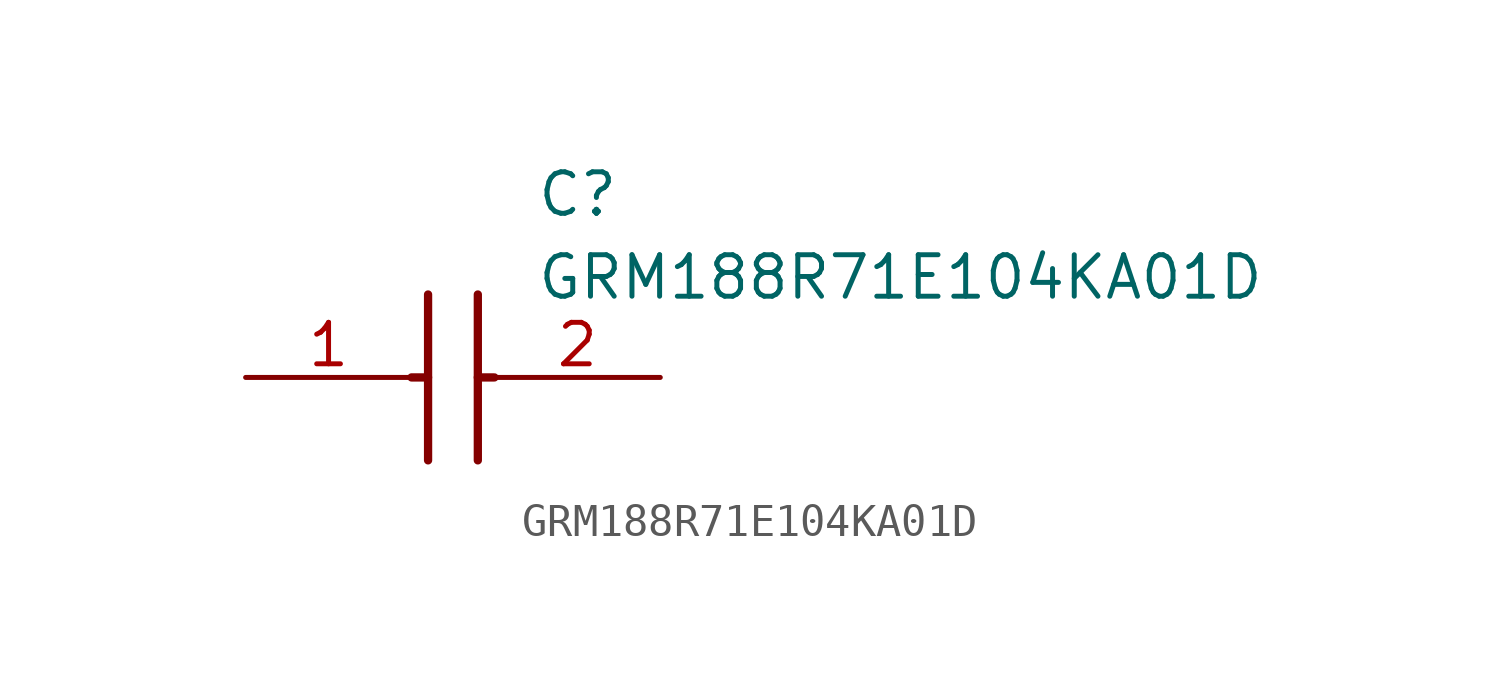
<source format=kicad_sym>
(kicad_symbol_lib
  (version 20211014)
  (generator SamacSys_ECAD_Model)
  (symbol "GRM188R71E104KA01D"
    (pin_names hide)
    (property "Reference" "C"
      (at 8.89 6.35 0)
      (effects (font (size 1.27 1.27)) (justify left top)))
    (property "Value" "GRM188R71E104KA01D"
      (at 8.89 3.81 0)
      (effects (font (size 1.27 1.27)) (justify left top)))
    (polyline
      (pts (xy 5.588 2.54) (xy 5.588 -2.54))
      (stroke (width 0.254) (type default))
      (fill (type none)))
    (polyline
      (pts (xy 7.112 2.54) (xy 7.112 -2.54))
      (stroke (width 0.254) (type default))
      (fill (type none)))
    (polyline
      (pts (xy 5.08 0) (xy 5.588 0))
      (stroke (width 0.254) (type default))
      (fill (type none)))
    (polyline
      (pts (xy 7.112 0) (xy 7.62 0))
      (stroke (width 0.254) (type default))
      (fill (type none)))
    (pin passive line
      (at 0 0 0)
      (length 5.08)
      (name "1" (effects (font (size 1.27 1.27))))
      (number "1" (effects (font (size 1.27 1.27)))))
    (pin passive line
      (at 12.7 0 180)
      (length 5.08)
      (name "2" (effects (font (size 1.27 1.27))))
      (number "2" (effects (font (size 1.27 1.27)))))))
</source>
